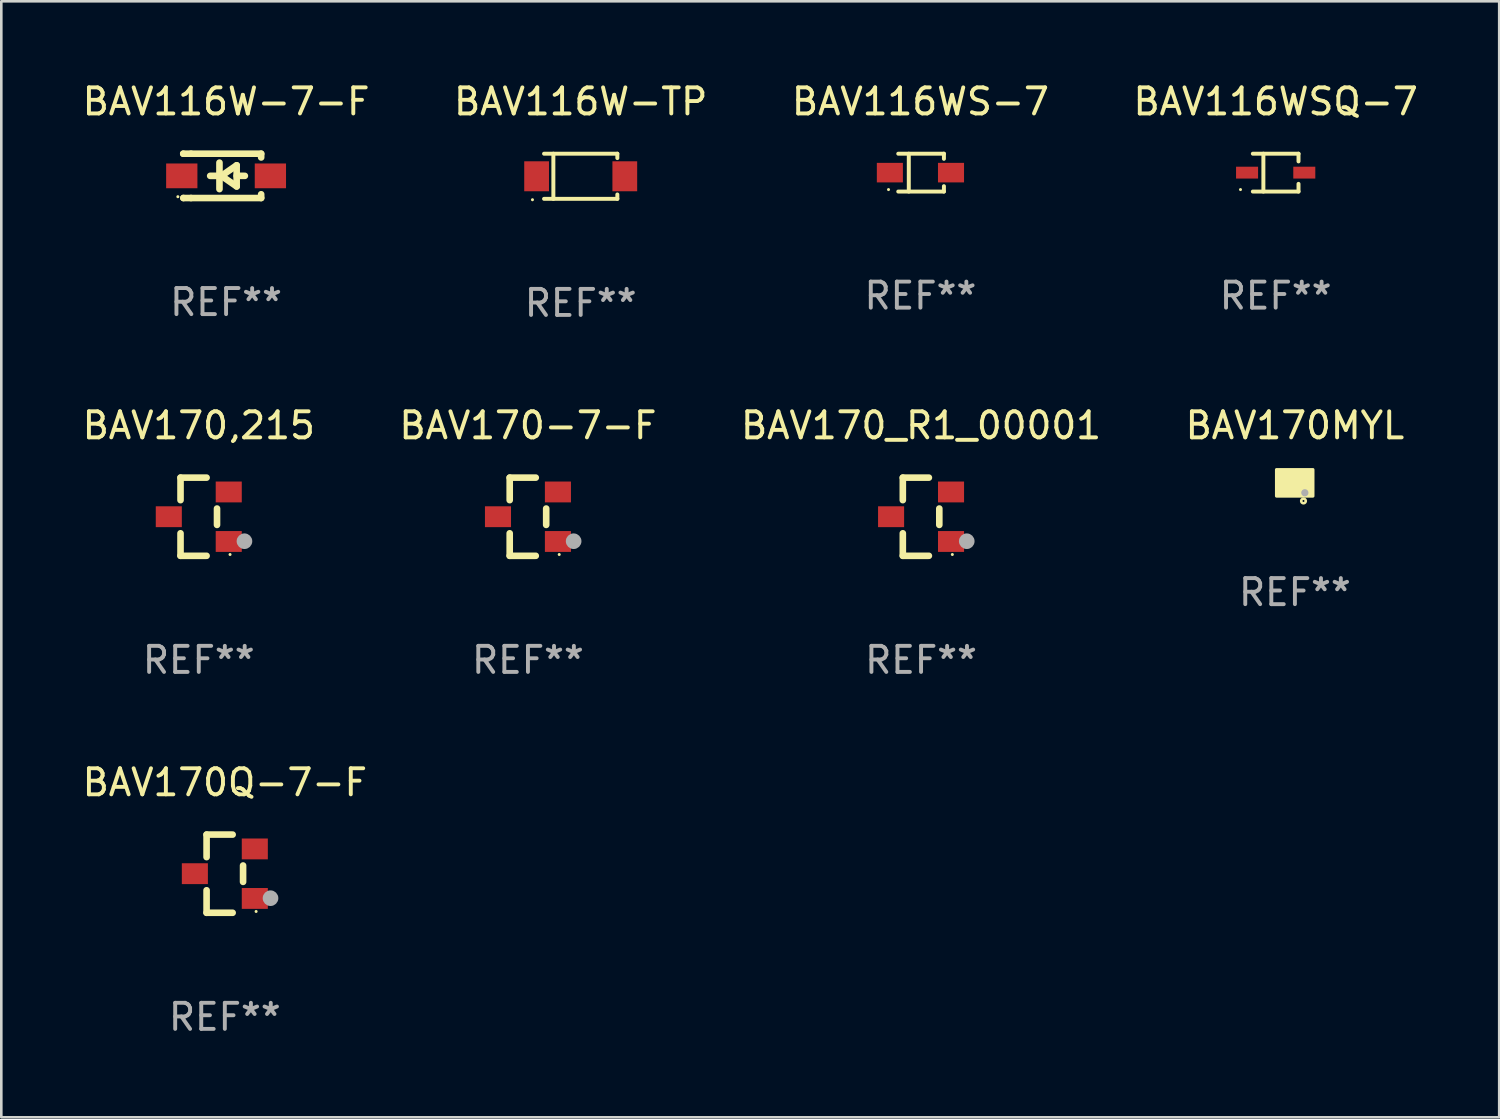
<source format=kicad_pcb>
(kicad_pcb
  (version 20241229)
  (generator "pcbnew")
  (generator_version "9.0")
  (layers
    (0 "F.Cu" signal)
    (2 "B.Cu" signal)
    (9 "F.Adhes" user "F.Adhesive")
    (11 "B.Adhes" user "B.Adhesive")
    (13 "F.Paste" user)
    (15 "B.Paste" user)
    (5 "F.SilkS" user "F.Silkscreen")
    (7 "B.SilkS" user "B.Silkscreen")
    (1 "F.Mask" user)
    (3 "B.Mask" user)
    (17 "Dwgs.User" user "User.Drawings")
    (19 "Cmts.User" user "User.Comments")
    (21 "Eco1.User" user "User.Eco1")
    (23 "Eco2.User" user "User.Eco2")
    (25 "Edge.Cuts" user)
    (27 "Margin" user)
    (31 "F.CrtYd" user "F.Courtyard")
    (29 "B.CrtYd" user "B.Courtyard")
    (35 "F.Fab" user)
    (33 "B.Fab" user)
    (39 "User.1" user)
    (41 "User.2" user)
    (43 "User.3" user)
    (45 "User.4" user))
  (footprint "BAV116W-TP"
    (layer "F.Cu")
    (at 19.232 3.714)
    (property "Reference" "BAV116W-TP" (at 0 -2.866 0) (layer "F.SilkS") (effects (font (size 1 1) (thickness 0.15))))
    (attr through_hole)
    (fp_line (start -1.406 -0.866) (end 1.406 -0.866) (stroke (width 0.152) (type solid)) (layer "F.SilkS"))
    (fp_line (start -1.406 0.866) (end 1.406 0.866) (stroke (width 0.152) (type solid)) (layer "F.SilkS"))
    (fp_line (start -1.049 -0.866) (end -1.049 0.866) (stroke (width 0.152) (type solid)) (layer "F.SilkS"))
    (fp_line (start 1.406 -0.866) (end 1.406 -0.698) (stroke (width 0.152) (type solid)) (layer "F.SilkS"))
    (fp_line (start 1.406 0.866) (end 1.406 0.698) (stroke (width 0.152) (type solid)) (layer "F.SilkS"))
    (fp_circle (center -1.851 0.9) (end -1.821 0.9) (stroke (width 0.06) (type solid)) (fill no) (layer "F.SilkS"))
    (fp_text user "REF**" (at 0 4.866 0) (layer "F.Fab") (effects (font (size 1 1) (thickness 0.15))))
    (pad "1" smd rect (at -1.692 0) (size 0.95 1.15) (layers "F.Cu" "F.Mask" "F.Paste"))
    (pad "2" smd rect (at 1.692 0) (size 0.95 1.15) (layers "F.Cu" "F.Mask" "F.Paste")))
  (footprint "BAV170-7-F"
    (layer "F.Cu")
    (at 17.208 16.777)
    (property "Reference" "BAV170-7-F" (at 0 -3.5 0) (layer "F.SilkS") (effects (font (size 1 1) (thickness 0.15))))
    (attr through_hole)
    (fp_line (start -0.7 -1.5) (end 0.3 -1.5) (stroke (width 0.254) (type solid)) (layer "F.SilkS"))
    (fp_line (start -0.7 -0.636) (end -0.7 -1.5) (stroke (width 0.254) (type solid)) (layer "F.SilkS"))
    (fp_line (start -0.7 1.5) (end -0.7 0.636) (stroke (width 0.254) (type solid)) (layer "F.SilkS"))
    (fp_line (start -0.7 1.5) (end 0.3 1.5) (stroke (width 0.254) (type solid)) (layer "F.SilkS"))
    (fp_line (start 0.7 0.314) (end 0.7 -0.314) (stroke (width 0.254) (type solid)) (layer "F.SilkS"))
    (fp_circle (center 1.2 1.45) (end 1.23 1.45) (stroke (width 0.06) (type solid)) (fill no) (layer "F.SilkS"))
    (fp_circle (center 1.753 0.94) (end 1.903 0.94) (stroke (width 0.3) (type solid)) (fill no) (layer "F.Fab"))
    (fp_text user "REF**" (at 0 5.5 0) (layer "F.Fab") (effects (font (size 1 1) (thickness 0.15))))
    (pad "1" smd rect (at 1.15 0.95 180) (size 1 0.8) (layers "F.Cu" "F.Mask" "F.Paste"))
    (pad "2" smd rect (at 1.15 -0.95 180) (size 1 0.8) (layers "F.Cu" "F.Mask" "F.Paste"))
    (pad "3" smd rect (at -1.15 -0.000051 180) (size 1 0.8) (layers "F.Cu" "F.Mask" "F.Paste")))
  (footprint "BAV116W-7-F"
    (layer "F.Cu")
    (at 5.625 3.698)
    (property "Reference" "BAV116W-7-F" (at 0 -2.85 0) (layer "F.SilkS") (effects (font (size 1 1) (thickness 0.15))))
    (attr through_hole)
    (fp_line (start -1.643 -0.85) (end -1.644 -0.849) (stroke (width 0.254) (type solid)) (layer "F.SilkS"))
    (fp_line (start -1.638 0.85) (end -1.639 0.849) (stroke (width 0.254) (type solid)) (layer "F.SilkS"))
    (fp_line (start -1.346 -0.85) (end -1.643 -0.85) (stroke (width 0.254) (type solid)) (layer "F.SilkS"))
    (fp_line (start -1.346 -0.85) (end 1.346 -0.85) (stroke (width 0.254) (type solid)) (layer "F.SilkS"))
    (fp_line (start -1.346 0.85) (end -1.638 0.85) (stroke (width 0.254) (type solid)) (layer "F.SilkS"))
    (fp_line (start -0.28 0) (end -0.61 0) (stroke (width 0.254) (type solid)) (layer "F.SilkS"))
    (fp_line (start -0.254 -0.508) (end -0.254 0.508) (stroke (width 0.254) (type solid)) (layer "F.SilkS"))
    (fp_line (start -0.178 0) (end 0.406 -0.406) (stroke (width 0.254) (type solid)) (layer "F.SilkS"))
    (fp_line (start 0.406 -0.406) (end 0.406 0.406) (stroke (width 0.254) (type solid)) (layer "F.SilkS"))
    (fp_line (start 0.406 -0.000254) (end 0.72 -0.000254) (stroke (width 0.254) (type solid)) (layer "F.SilkS"))
    (fp_line (start 0.406 0.406) (end -0.178 0) (stroke (width 0.254) (type solid)) (layer "F.SilkS"))
    (fp_line (start 1.346 -0.85) (end 1.346 -0.706) (stroke (width 0.254) (type solid)) (layer "F.SilkS"))
    (fp_line (start 1.346 0.706) (end 1.346 0.85) (stroke (width 0.254) (type solid)) (layer "F.SilkS"))
    (fp_line (start 1.346 0.85) (end -1.346 0.85) (stroke (width 0.254) (type solid)) (layer "F.SilkS"))
    (fp_circle (center -1.85 0.8) (end -1.82 0.8) (stroke (width 0.06) (type solid)) (fill no) (layer "F.SilkS"))
    (fp_text user "REF**" (at 0 4.85 0) (layer "F.Fab") (effects (font (size 1 1) (thickness 0.15))))
    (pad "1" smd rect (at -1.7 0) (size 1.2 0.95) (layers "F.Cu" "F.Mask" "F.Paste"))
    (pad "2" smd rect (at 1.7 0) (size 1.2 0.95) (layers "F.Cu" "F.Mask" "F.Paste")))
  (footprint "BAV170,215"
    (layer "F.Cu")
    (at 4.577 16.777)
    (property "Reference" "BAV170,215" (at 0 -3.5 0) (layer "F.SilkS") (effects (font (size 1 1) (thickness 0.15))))
    (attr through_hole)
    (fp_line (start -0.7 -1.5) (end 0.3 -1.5) (stroke (width 0.254) (type solid)) (layer "F.SilkS"))
    (fp_line (start -0.7 -0.636) (end -0.7 -1.5) (stroke (width 0.254) (type solid)) (layer "F.SilkS"))
    (fp_line (start -0.7 1.5) (end -0.7 0.636) (stroke (width 0.254) (type solid)) (layer "F.SilkS"))
    (fp_line (start -0.7 1.5) (end 0.3 1.5) (stroke (width 0.254) (type solid)) (layer "F.SilkS"))
    (fp_line (start 0.7 0.314) (end 0.7 -0.314) (stroke (width 0.254) (type solid)) (layer "F.SilkS"))
    (fp_circle (center 1.2 1.45) (end 1.23 1.45) (stroke (width 0.06) (type solid)) (fill no) (layer "F.SilkS"))
    (fp_circle (center 1.753 0.94) (end 1.903 0.94) (stroke (width 0.3) (type solid)) (fill no) (layer "F.Fab"))
    (fp_text user "REF**" (at 0 5.5 0) (layer "F.Fab") (effects (font (size 1 1) (thickness 0.15))))
    (pad "1" smd rect (at 1.15 0.95 180) (size 1 0.8) (layers "F.Cu" "F.Mask" "F.Paste"))
    (pad "2" smd rect (at 1.15 -0.95 180) (size 1 0.8) (layers "F.Cu" "F.Mask" "F.Paste"))
    (pad "3" smd rect (at -1.15 -0.000051 180) (size 1 0.8) (layers "F.Cu" "F.Mask" "F.Paste")))
  (footprint "BAV170Q-7-F"
    (layer "F.Cu")
    (at 5.577 30.474)
    (property "Reference" "BAV170Q-7-F" (at 0 -3.5 0) (layer "F.SilkS") (effects (font (size 1 1) (thickness 0.15))))
    (attr through_hole)
    (fp_line (start -0.7 -1.5) (end 0.3 -1.5) (stroke (width 0.254) (type solid)) (layer "F.SilkS"))
    (fp_line (start -0.7 -0.636) (end -0.7 -1.5) (stroke (width 0.254) (type solid)) (layer "F.SilkS"))
    (fp_line (start -0.7 1.5) (end -0.7 0.636) (stroke (width 0.254) (type solid)) (layer "F.SilkS"))
    (fp_line (start -0.7 1.5) (end 0.3 1.5) (stroke (width 0.254) (type solid)) (layer "F.SilkS"))
    (fp_line (start 0.7 0.314) (end 0.7 -0.314) (stroke (width 0.254) (type solid)) (layer "F.SilkS"))
    (fp_circle (center 1.2 1.45) (end 1.23 1.45) (stroke (width 0.06) (type solid)) (fill no) (layer "F.SilkS"))
    (fp_circle (center 1.753 0.94) (end 1.903 0.94) (stroke (width 0.3) (type solid)) (fill no) (layer "F.Fab"))
    (fp_text user "REF**" (at 0 5.5 0) (layer "F.Fab") (effects (font (size 1 1) (thickness 0.15))))
    (pad "1" smd rect (at 1.15 0.95 180) (size 1 0.8) (layers "F.Cu" "F.Mask" "F.Paste"))
    (pad "2" smd rect (at 1.15 -0.95 180) (size 1 0.8) (layers "F.Cu" "F.Mask" "F.Paste"))
    (pad "3" smd rect (at -1.15 -0.000051 180) (size 1 0.8) (layers "F.Cu" "F.Mask" "F.Paste")))
  (footprint "BAV170_R1_00001"
    (layer "F.Cu")
    (at 32.292 16.777)
    (property "Reference" "BAV170_R1_00001" (at 0 -3.5 0) (layer "F.SilkS") (effects (font (size 1 1) (thickness 0.15))))
    (attr through_hole)
    (fp_line (start -0.7 -1.5) (end 0.3 -1.5) (stroke (width 0.254) (type solid)) (layer "F.SilkS"))
    (fp_line (start -0.7 -0.636) (end -0.7 -1.5) (stroke (width 0.254) (type solid)) (layer "F.SilkS"))
    (fp_line (start -0.7 1.5) (end -0.7 0.636) (stroke (width 0.254) (type solid)) (layer "F.SilkS"))
    (fp_line (start -0.7 1.5) (end 0.3 1.5) (stroke (width 0.254) (type solid)) (layer "F.SilkS"))
    (fp_line (start 0.7 0.314) (end 0.7 -0.314) (stroke (width 0.254) (type solid)) (layer "F.SilkS"))
    (fp_circle (center 1.2 1.45) (end 1.23 1.45) (stroke (width 0.06) (type solid)) (fill no) (layer "F.SilkS"))
    (fp_circle (center 1.753 0.94) (end 1.903 0.94) (stroke (width 0.3) (type solid)) (fill no) (layer "F.Fab"))
    (fp_text user "REF**" (at 0 5.5 0) (layer "F.Fab") (effects (font (size 1 1) (thickness 0.15))))
    (pad "1" smd rect (at 1.15 0.95 180) (size 1 0.8) (layers "F.Cu" "F.Mask" "F.Paste"))
    (pad "2" smd rect (at 1.15 -0.95 180) (size 1 0.8) (layers "F.Cu" "F.Mask" "F.Paste"))
    (pad "3" smd rect (at -1.15 -0.000051 180) (size 1 0.8) (layers "F.Cu" "F.Mask" "F.Paste")))
  (footprint "BAV170MYL"
    (layer "F.Cu")
    (at 46.637 15.477)
    (property "Reference" "BAV170MYL" (at 0 -2.2 0) (layer "F.SilkS") (effects (font (size 1 1) (thickness 0.15))))
    (attr through_hole)
    (fp_circle (center 0.329 0.696) (end 0.367 0.696) (stroke (width 0.1) (type solid)) (fill no) (layer "F.SilkS"))
    (fp_circle (center 0.5 0.3) (end 0.53 0.3) (stroke (width 0.06) (type solid)) (fill no) (layer "F.SilkS"))
    (fp_poly (pts (xy -0.706 -0.508) (xy 0.691 -0.508) (xy 0.691 0.508) (xy -0.706 0.508)) (stroke (width 0.12) (type solid)) (fill yes) (layer "F.SilkS"))
    (fp_circle (center 0.381 0.381) (end 0.451 0.381) (stroke (width 0.14) (type solid)) (fill no) (layer "F.Fab"))
    (fp_text user "REF**" (at 0 4.2 0) (layer "F.Fab") (effects (font (size 1 1) (thickness 0.15))))
    (pad "1" smd rect (at 0.325 0.2 90) (size 0.2 0.4) (layers "F.Cu" "F.Mask" "F.Paste"))
    (pad "2" smd rect (at 0.325 -0.2 90) (size 0.2 0.4) (layers "F.Cu" "F.Mask" "F.Paste"))
    (pad "3" smd rect (at -0.325 0 270) (size 0.6 0.4) (layers "F.Cu" "F.Mask" "F.Paste")))
  (footprint "BAV116WSQ-7"
    (layer "F.Cu")
    (at 45.899 3.574)
    (property "Reference" "BAV116WSQ-7" (at 0 -2.726 0) (layer "F.SilkS") (effects (font (size 1 1) (thickness 0.15))))
    (attr through_hole)
    (fp_line (start -0.876 -0.726) (end 0.876 -0.726) (stroke (width 0.152) (type solid)) (layer "F.SilkS"))
    (fp_line (start -0.876 0.726) (end 0.876 0.726) (stroke (width 0.152) (type solid)) (layer "F.SilkS"))
    (fp_line (start -0.472 -0.726) (end -0.472 0.726) (stroke (width 0.152) (type solid)) (layer "F.SilkS"))
    (fp_line (start 0.876 -0.726) (end 0.876 -0.431) (stroke (width 0.152) (type solid)) (layer "F.SilkS"))
    (fp_line (start 0.876 0.726) (end 0.876 0.431) (stroke (width 0.152) (type solid)) (layer "F.SilkS"))
    (fp_circle (center -1.35 0.65) (end -1.32 0.65) (stroke (width 0.06) (type solid)) (fill no) (layer "F.SilkS"))
    (fp_text user "REF**" (at 0 4.726 0) (layer "F.Fab") (effects (font (size 1 1) (thickness 0.15))))
    (pad "1" smd rect (at -1.098 -0.000025 180) (size 0.845 0.455) (layers "F.Cu" "F.Mask" "F.Paste"))
    (pad "2" smd rect (at 1.098 -0.000025 180) (size 0.845 0.455) (layers "F.Cu" "F.Mask" "F.Paste")))
  (footprint "BAV116WS-7"
    (layer "F.Cu")
    (at 32.268 3.574)
    (property "Reference" "BAV116WS-7" (at 0 -2.726 0) (layer "F.SilkS") (effects (font (size 1 1) (thickness 0.15))))
    (attr through_hole)
    (fp_line (start -0.851 -0.726) (end 0.901 -0.726) (stroke (width 0.152) (type solid)) (layer "F.SilkS"))
    (fp_line (start -0.851 0.726) (end 0.901 0.726) (stroke (width 0.152) (type solid)) (layer "F.SilkS"))
    (fp_line (start -0.447 -0.726) (end -0.447 0.726) (stroke (width 0.152) (type solid)) (layer "F.SilkS"))
    (fp_line (start 0.901 -0.726) (end 0.901 -0.53) (stroke (width 0.152) (type solid)) (layer "F.SilkS"))
    (fp_line (start 0.901 0.726) (end 0.901 0.52) (stroke (width 0.152) (type solid)) (layer "F.SilkS"))
    (fp_circle (center -1.225 0.65) (end -1.195 0.65) (stroke (width 0.06) (type solid)) (fill no) (layer "F.SilkS"))
    (fp_text user "REF**" (at 0 4.726 0) (layer "F.Fab") (effects (font (size 1 1) (thickness 0.15))))
    (pad "1" smd rect (at -1.173 0) (size 1 0.75) (layers "F.Cu" "F.Mask" "F.Paste"))
    (pad "2" smd rect (at 1.173 0) (size 1 0.75) (layers "F.Cu" "F.Mask" "F.Paste")))
  (gr_rect
    (start -3 -3)
    (end 54.476 39.822)
    (stroke (width 0.1) (type default))
    (fill no)
    (layer "Edge.Cuts")))
</source>
